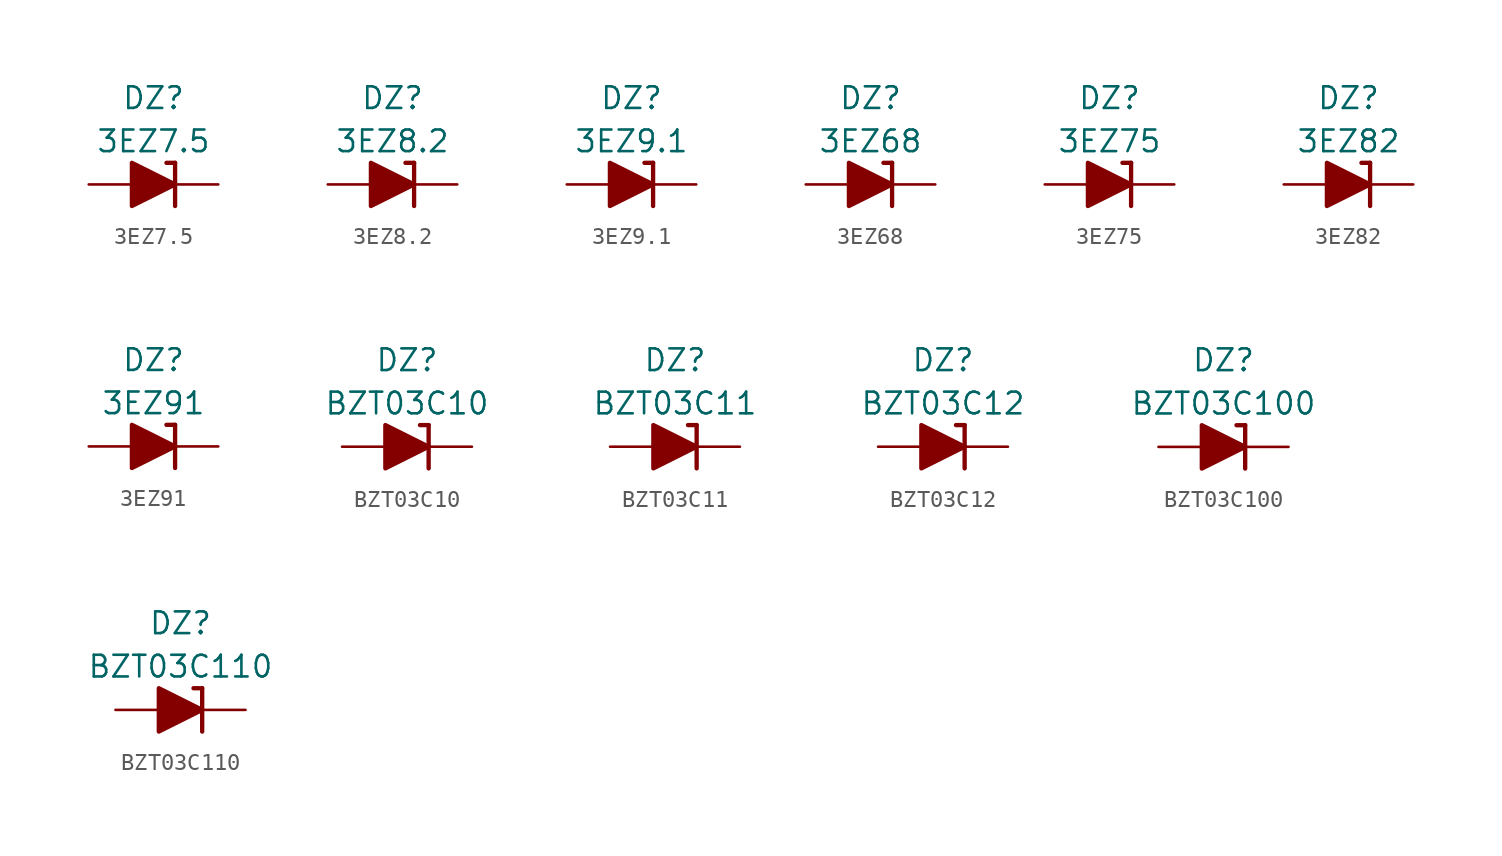
<source format=kicad_sym>
(kicad_symbol_lib
  (version 20211014)
  (generator kicad_symbol_editor)
  (symbol "3EZ7.5"
    (pin_numbers hide)
    (pin_names
      (offset 1.016) hide)
    (property "Reference" "DZ"
      (at 0 5.08 0)
      (effects (font (size 1.27 1.27))))
    (property "Value" "3EZ7.5"
      (at 0 2.54 0)
      (effects (font (size 1.27 1.27))))
    (symbol "3EZ7.5_0_1"
      (polyline (pts (xy -1.27 0) (xy 1.27 0)) (stroke (width 0) (type default) (color 0 0 0 0)) (fill (type none)))
      (polyline (pts (xy 1.27 1.27) (xy 0.762 1.27)) (stroke (width 0.254) (type default) (color 0 0 0 0)) (fill (type none)))
      (polyline (pts (xy 1.27 1.27) (xy 1.27 -1.27)) (stroke (width 0.254) (type default) (color 0 0 0 0)) (fill (type none)))
      (polyline (pts (xy -1.27 -1.27) (xy -1.27 1.27) (xy 1.27 0) (xy -1.27 -1.27)) (stroke (width 0.254) (type default) (color 0 0 0 0)) (fill (type outline))))
    (symbol "3EZ7.5_1_1"
      (pin passive line (at 3.81 0 180) (length 2.54) (name "K" (effects (font (size 1.27 1.27)))) (number "1" (effects (font (size 1.27 1.27)))))
      (pin passive line (at -3.81 0 0) (length 2.54) (name "A" (effects (font (size 1.27 1.27)))) (number "2" (effects (font (size 1.27 1.27)))))))
  (symbol "3EZ8.2"
    (pin_numbers hide)
    (pin_names
      (offset 1.016) hide)
    (property "Reference" "DZ"
      (at 0 5.08 0)
      (effects (font (size 1.27 1.27))))
    (property "Value" "3EZ8.2"
      (at 0 2.54 0)
      (effects (font (size 1.27 1.27))))
    (symbol "3EZ8.2_0_1"
      (polyline (pts (xy -1.27 0) (xy 1.27 0)) (stroke (width 0) (type default) (color 0 0 0 0)) (fill (type none)))
      (polyline (pts (xy 1.27 1.27) (xy 0.762 1.27)) (stroke (width 0.254) (type default) (color 0 0 0 0)) (fill (type none)))
      (polyline (pts (xy 1.27 1.27) (xy 1.27 -1.27)) (stroke (width 0.254) (type default) (color 0 0 0 0)) (fill (type none)))
      (polyline (pts (xy -1.27 -1.27) (xy -1.27 1.27) (xy 1.27 0) (xy -1.27 -1.27)) (stroke (width 0.254) (type default) (color 0 0 0 0)) (fill (type outline))))
    (symbol "3EZ8.2_1_1"
      (pin passive line (at 3.81 0 180) (length 2.54) (name "K" (effects (font (size 1.27 1.27)))) (number "1" (effects (font (size 1.27 1.27)))))
      (pin passive line (at -3.81 0 0) (length 2.54) (name "A" (effects (font (size 1.27 1.27)))) (number "2" (effects (font (size 1.27 1.27)))))))
  (symbol "3EZ9.1"
    (pin_numbers hide)
    (pin_names
      (offset 1.016) hide)
    (property "Reference" "DZ"
      (at 0 5.08 0)
      (effects (font (size 1.27 1.27))))
    (property "Value" "3EZ9.1"
      (at 0 2.54 0)
      (effects (font (size 1.27 1.27))))
    (symbol "3EZ9.1_0_1"
      (polyline (pts (xy -1.27 0) (xy 1.27 0)) (stroke (width 0) (type default) (color 0 0 0 0)) (fill (type none)))
      (polyline (pts (xy 1.27 1.27) (xy 0.762 1.27)) (stroke (width 0.254) (type default) (color 0 0 0 0)) (fill (type none)))
      (polyline (pts (xy 1.27 1.27) (xy 1.27 -1.27)) (stroke (width 0.254) (type default) (color 0 0 0 0)) (fill (type none)))
      (polyline (pts (xy -1.27 -1.27) (xy -1.27 1.27) (xy 1.27 0) (xy -1.27 -1.27)) (stroke (width 0.254) (type default) (color 0 0 0 0)) (fill (type outline))))
    (symbol "3EZ9.1_1_1"
      (pin passive line (at 3.81 0 180) (length 2.54) (name "K" (effects (font (size 1.27 1.27)))) (number "1" (effects (font (size 1.27 1.27)))))
      (pin passive line (at -3.81 0 0) (length 2.54) (name "A" (effects (font (size 1.27 1.27)))) (number "2" (effects (font (size 1.27 1.27)))))))
  (symbol "3EZ68"
    (pin_numbers hide)
    (pin_names
      (offset 1.016) hide)
    (property "Reference" "DZ"
      (at 0 5.08 0)
      (effects (font (size 1.27 1.27))))
    (property "Value" "3EZ68"
      (at 0 2.54 0)
      (effects (font (size 1.27 1.27))))
    (symbol "3EZ68_0_1"
      (polyline (pts (xy -1.27 0) (xy 1.27 0)) (stroke (width 0) (type default) (color 0 0 0 0)) (fill (type none)))
      (polyline (pts (xy 1.27 1.27) (xy 0.762 1.27)) (stroke (width 0.254) (type default) (color 0 0 0 0)) (fill (type none)))
      (polyline (pts (xy 1.27 1.27) (xy 1.27 -1.27)) (stroke (width 0.254) (type default) (color 0 0 0 0)) (fill (type none)))
      (polyline (pts (xy -1.27 -1.27) (xy -1.27 1.27) (xy 1.27 0) (xy -1.27 -1.27)) (stroke (width 0.254) (type default) (color 0 0 0 0)) (fill (type outline))))
    (symbol "3EZ68_1_1"
      (pin passive line (at 3.81 0 180) (length 2.54) (name "K" (effects (font (size 1.27 1.27)))) (number "1" (effects (font (size 1.27 1.27)))))
      (pin passive line (at -3.81 0 0) (length 2.54) (name "A" (effects (font (size 1.27 1.27)))) (number "2" (effects (font (size 1.27 1.27)))))))
  (symbol "3EZ75"
    (pin_numbers hide)
    (pin_names
      (offset 1.016) hide)
    (property "Reference" "DZ"
      (at 0 5.08 0)
      (effects (font (size 1.27 1.27))))
    (property "Value" "3EZ75"
      (at 0 2.54 0)
      (effects (font (size 1.27 1.27))))
    (symbol "3EZ75_0_1"
      (polyline (pts (xy -1.27 0) (xy 1.27 0)) (stroke (width 0) (type default) (color 0 0 0 0)) (fill (type none)))
      (polyline (pts (xy 1.27 1.27) (xy 0.762 1.27)) (stroke (width 0.254) (type default) (color 0 0 0 0)) (fill (type none)))
      (polyline (pts (xy 1.27 1.27) (xy 1.27 -1.27)) (stroke (width 0.254) (type default) (color 0 0 0 0)) (fill (type none)))
      (polyline (pts (xy -1.27 -1.27) (xy -1.27 1.27) (xy 1.27 0) (xy -1.27 -1.27)) (stroke (width 0.254) (type default) (color 0 0 0 0)) (fill (type outline))))
    (symbol "3EZ75_1_1"
      (pin passive line (at 3.81 0 180) (length 2.54) (name "K" (effects (font (size 1.27 1.27)))) (number "1" (effects (font (size 1.27 1.27)))))
      (pin passive line (at -3.81 0 0) (length 2.54) (name "A" (effects (font (size 1.27 1.27)))) (number "2" (effects (font (size 1.27 1.27)))))))
  (symbol "3EZ82"
    (pin_numbers hide)
    (pin_names
      (offset 1.016) hide)
    (property "Reference" "DZ"
      (at 0 5.08 0)
      (effects (font (size 1.27 1.27))))
    (property "Value" "3EZ82"
      (at 0 2.54 0)
      (effects (font (size 1.27 1.27))))
    (symbol "3EZ82_0_1"
      (polyline (pts (xy -1.27 0) (xy 1.27 0)) (stroke (width 0) (type default) (color 0 0 0 0)) (fill (type none)))
      (polyline (pts (xy 1.27 1.27) (xy 0.762 1.27)) (stroke (width 0.254) (type default) (color 0 0 0 0)) (fill (type none)))
      (polyline (pts (xy 1.27 1.27) (xy 1.27 -1.27)) (stroke (width 0.254) (type default) (color 0 0 0 0)) (fill (type none)))
      (polyline (pts (xy -1.27 -1.27) (xy -1.27 1.27) (xy 1.27 0) (xy -1.27 -1.27)) (stroke (width 0.254) (type default) (color 0 0 0 0)) (fill (type outline))))
    (symbol "3EZ82_1_1"
      (pin passive line (at 3.81 0 180) (length 2.54) (name "K" (effects (font (size 1.27 1.27)))) (number "1" (effects (font (size 1.27 1.27)))))
      (pin passive line (at -3.81 0 0) (length 2.54) (name "A" (effects (font (size 1.27 1.27)))) (number "2" (effects (font (size 1.27 1.27)))))))
  (symbol "3EZ91"
    (pin_numbers hide)
    (pin_names
      (offset 1.016) hide)
    (property "Reference" "DZ"
      (at 0 5.08 0)
      (effects (font (size 1.27 1.27))))
    (property "Value" "3EZ91"
      (at 0 2.54 0)
      (effects (font (size 1.27 1.27))))
    (symbol "3EZ91_0_1"
      (polyline (pts (xy -1.27 0) (xy 1.27 0)) (stroke (width 0) (type default) (color 0 0 0 0)) (fill (type none)))
      (polyline (pts (xy 1.27 1.27) (xy 0.762 1.27)) (stroke (width 0.254) (type default) (color 0 0 0 0)) (fill (type none)))
      (polyline (pts (xy 1.27 1.27) (xy 1.27 -1.27)) (stroke (width 0.254) (type default) (color 0 0 0 0)) (fill (type none)))
      (polyline (pts (xy -1.27 -1.27) (xy -1.27 1.27) (xy 1.27 0) (xy -1.27 -1.27)) (stroke (width 0.254) (type default) (color 0 0 0 0)) (fill (type outline))))
    (symbol "3EZ91_1_1"
      (pin passive line (at 3.81 0 180) (length 2.54) (name "K" (effects (font (size 1.27 1.27)))) (number "1" (effects (font (size 1.27 1.27)))))
      (pin passive line (at -3.81 0 0) (length 2.54) (name "A" (effects (font (size 1.27 1.27)))) (number "2" (effects (font (size 1.27 1.27)))))))
  (symbol "BZT03C10"
    (pin_numbers hide)
    (pin_names
      (offset 1.016) hide)
    (property "Reference" "DZ"
      (at 0 5.08 0)
      (effects (font (size 1.27 1.27))))
    (property "Value" "BZT03C10"
      (at 0 2.54 0)
      (effects (font (size 1.27 1.27))))
    (symbol "BZT03C10_0_1"
      (polyline (pts (xy -1.27 0) (xy 1.27 0)) (stroke (width 0) (type default) (color 0 0 0 0)) (fill (type none)))
      (polyline (pts (xy 1.27 1.27) (xy 0.762 1.27)) (stroke (width 0.254) (type default) (color 0 0 0 0)) (fill (type none)))
      (polyline (pts (xy 1.27 1.27) (xy 1.27 -1.27)) (stroke (width 0.254) (type default) (color 0 0 0 0)) (fill (type none)))
      (polyline (pts (xy -1.27 -1.27) (xy -1.27 1.27) (xy 1.27 0) (xy -1.27 -1.27)) (stroke (width 0.254) (type default) (color 0 0 0 0)) (fill (type outline))))
    (symbol "BZT03C10_1_1"
      (pin passive line (at 3.81 0 180) (length 2.54) (name "K" (effects (font (size 1.27 1.27)))) (number "1" (effects (font (size 1.27 1.27)))))
      (pin passive line (at -3.81 0 0) (length 2.54) (name "A" (effects (font (size 1.27 1.27)))) (number "2" (effects (font (size 1.27 1.27)))))))
  (symbol "BZT03C11"
    (pin_numbers hide)
    (pin_names
      (offset 1.016) hide)
    (property "Reference" "DZ"
      (at 0 5.08 0)
      (effects (font (size 1.27 1.27))))
    (property "Value" "BZT03C11"
      (at 0 2.54 0)
      (effects (font (size 1.27 1.27))))
    (symbol "BZT03C11_0_1"
      (polyline (pts (xy -1.27 0) (xy 1.27 0)) (stroke (width 0) (type default) (color 0 0 0 0)) (fill (type none)))
      (polyline (pts (xy 1.27 1.27) (xy 0.762 1.27)) (stroke (width 0.254) (type default) (color 0 0 0 0)) (fill (type none)))
      (polyline (pts (xy 1.27 1.27) (xy 1.27 -1.27)) (stroke (width 0.254) (type default) (color 0 0 0 0)) (fill (type none)))
      (polyline (pts (xy -1.27 -1.27) (xy -1.27 1.27) (xy 1.27 0) (xy -1.27 -1.27)) (stroke (width 0.254) (type default) (color 0 0 0 0)) (fill (type outline))))
    (symbol "BZT03C11_1_1"
      (pin passive line (at 3.81 0 180) (length 2.54) (name "K" (effects (font (size 1.27 1.27)))) (number "1" (effects (font (size 1.27 1.27)))))
      (pin passive line (at -3.81 0 0) (length 2.54) (name "A" (effects (font (size 1.27 1.27)))) (number "2" (effects (font (size 1.27 1.27)))))))
  (symbol "BZT03C12"
    (pin_numbers hide)
    (pin_names
      (offset 1.016) hide)
    (property "Reference" "DZ"
      (at 0 5.08 0)
      (effects (font (size 1.27 1.27))))
    (property "Value" "BZT03C12"
      (at 0 2.54 0)
      (effects (font (size 1.27 1.27))))
    (symbol "BZT03C12_0_1"
      (polyline (pts (xy -1.27 0) (xy 1.27 0)) (stroke (width 0) (type default) (color 0 0 0 0)) (fill (type none)))
      (polyline (pts (xy 1.27 1.27) (xy 0.762 1.27)) (stroke (width 0.254) (type default) (color 0 0 0 0)) (fill (type none)))
      (polyline (pts (xy 1.27 1.27) (xy 1.27 -1.27)) (stroke (width 0.254) (type default) (color 0 0 0 0)) (fill (type none)))
      (polyline (pts (xy -1.27 -1.27) (xy -1.27 1.27) (xy 1.27 0) (xy -1.27 -1.27)) (stroke (width 0.254) (type default) (color 0 0 0 0)) (fill (type outline))))
    (symbol "BZT03C12_1_1"
      (pin passive line (at 3.81 0 180) (length 2.54) (name "K" (effects (font (size 1.27 1.27)))) (number "1" (effects (font (size 1.27 1.27)))))
      (pin passive line (at -3.81 0 0) (length 2.54) (name "A" (effects (font (size 1.27 1.27)))) (number "2" (effects (font (size 1.27 1.27)))))))
  (symbol "BZT03C100"
    (pin_numbers hide)
    (pin_names
      (offset 1.016) hide)
    (property "Reference" "DZ"
      (at 0 5.08 0)
      (effects (font (size 1.27 1.27))))
    (property "Value" "BZT03C100"
      (at 0 2.54 0)
      (effects (font (size 1.27 1.27))))
    (symbol "BZT03C100_0_1"
      (polyline (pts (xy -1.27 0) (xy 1.27 0)) (stroke (width 0) (type default) (color 0 0 0 0)) (fill (type none)))
      (polyline (pts (xy 1.27 1.27) (xy 0.762 1.27)) (stroke (width 0.254) (type default) (color 0 0 0 0)) (fill (type none)))
      (polyline (pts (xy 1.27 1.27) (xy 1.27 -1.27)) (stroke (width 0.254) (type default) (color 0 0 0 0)) (fill (type none)))
      (polyline (pts (xy -1.27 -1.27) (xy -1.27 1.27) (xy 1.27 0) (xy -1.27 -1.27)) (stroke (width 0.254) (type default) (color 0 0 0 0)) (fill (type outline))))
    (symbol "BZT03C100_1_1"
      (pin passive line (at 3.81 0 180) (length 2.54) (name "K" (effects (font (size 1.27 1.27)))) (number "1" (effects (font (size 1.27 1.27)))))
      (pin passive line (at -3.81 0 0) (length 2.54) (name "A" (effects (font (size 1.27 1.27)))) (number "2" (effects (font (size 1.27 1.27)))))))
  (symbol "BZT03C110"
    (pin_numbers hide)
    (pin_names
      (offset 1.016) hide)
    (property "Reference" "DZ"
      (at 0 5.08 0)
      (effects (font (size 1.27 1.27))))
    (property "Value" "BZT03C110"
      (at 0 2.54 0)
      (effects (font (size 1.27 1.27))))
    (symbol "BZT03C110_0_1"
      (polyline (pts (xy -1.27 0) (xy 1.27 0)) (stroke (width 0) (type default) (color 0 0 0 0)) (fill (type none)))
      (polyline (pts (xy 1.27 1.27) (xy 0.762 1.27)) (stroke (width 0.254) (type default) (color 0 0 0 0)) (fill (type none)))
      (polyline (pts (xy 1.27 1.27) (xy 1.27 -1.27)) (stroke (width 0.254) (type default) (color 0 0 0 0)) (fill (type none)))
      (polyline (pts (xy -1.27 -1.27) (xy -1.27 1.27) (xy 1.27 0) (xy -1.27 -1.27)) (stroke (width 0.254) (type default) (color 0 0 0 0)) (fill (type outline))))
    (symbol "BZT03C110_1_1"
      (pin passive line (at 3.81 0 180) (length 2.54) (name "K" (effects (font (size 1.27 1.27)))) (number "1" (effects (font (size 1.27 1.27)))))
      (pin passive line (at -3.81 0 0) (length 2.54) (name "A" (effects (font (size 1.27 1.27)))) (number "2" (effects (font (size 1.27 1.27))))))))
</source>
